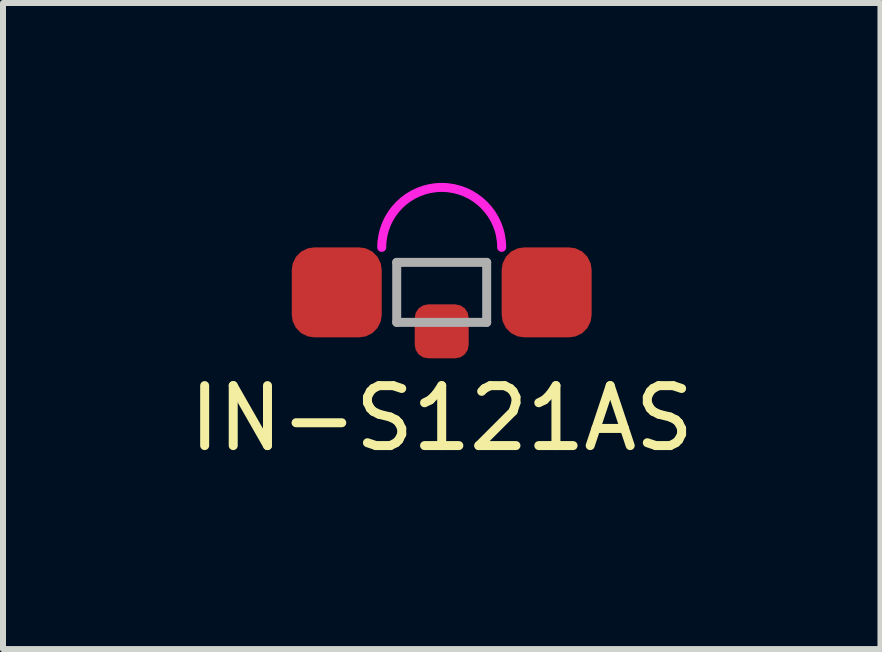
<source format=kicad_pcb>
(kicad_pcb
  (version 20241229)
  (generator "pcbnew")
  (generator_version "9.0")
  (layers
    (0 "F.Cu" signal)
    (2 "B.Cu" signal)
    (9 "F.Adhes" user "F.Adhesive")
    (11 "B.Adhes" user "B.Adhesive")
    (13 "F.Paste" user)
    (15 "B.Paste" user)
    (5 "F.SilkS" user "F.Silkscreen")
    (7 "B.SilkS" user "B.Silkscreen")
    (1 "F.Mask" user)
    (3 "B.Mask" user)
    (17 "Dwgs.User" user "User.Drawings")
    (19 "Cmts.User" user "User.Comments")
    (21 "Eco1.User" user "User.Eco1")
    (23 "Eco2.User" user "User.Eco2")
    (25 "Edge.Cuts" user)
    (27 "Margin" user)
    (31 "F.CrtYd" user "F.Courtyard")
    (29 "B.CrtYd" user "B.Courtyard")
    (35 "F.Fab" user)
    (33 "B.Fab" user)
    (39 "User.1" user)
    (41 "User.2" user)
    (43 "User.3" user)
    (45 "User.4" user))
  (footprint "IN-S121AS"
    (layer "F.Cu")
    (at 4.315 1.825)
    (property "Reference" "IN-S121AS" (at 0 2.1 0) (layer "F.SilkS") (effects (font (size 1 1) (thickness 0.15))))
    (attr smd)
    (fp_arc (start -1 -0.75) (mid 0 -1.75) (end 1 -0.75) (stroke (width 0.15) (type solid)) (layer "F.CrtYd"))
    (fp_line (start -0.75 -0.5) (end 0.75 -0.5) (stroke (width 0.15) (type solid)) (layer "F.Fab"))
    (fp_line (start -0.75 0.5) (end -0.75 -0.5) (stroke (width 0.15) (type solid)) (layer "F.Fab"))
    (fp_line (start -0.75 0.5) (end 0.75 0.5) (stroke (width 0.15) (type solid)) (layer "F.Fab"))
    (fp_line (start 0.75 -0.5) (end 0.75 0.5) (stroke (width 0.15) (type solid)) (layer "F.Fab"))
    (pad "" connect roundrect (at 0 0.65) (size 0.9 0.9) (layers "F.Cu" "F.Mask") (roundrect_rratio 0.25))
    (pad "1" smd roundrect (at 1.75 0) (size 1.5 1.5) (layers "F.Cu" "F.Mask" "F.Paste") (roundrect_rratio 0.25))
    (pad "2" smd roundrect (at -1.75 0) (size 1.5 1.5) (layers "F.Cu" "F.Mask" "F.Paste") (roundrect_rratio 0.25)))
  (gr_rect
    (start -3 -3)
    (end 11.631 7.773)
    (stroke (width 0.1) (type default))
    (fill no)
    (layer "Edge.Cuts")))
</source>
